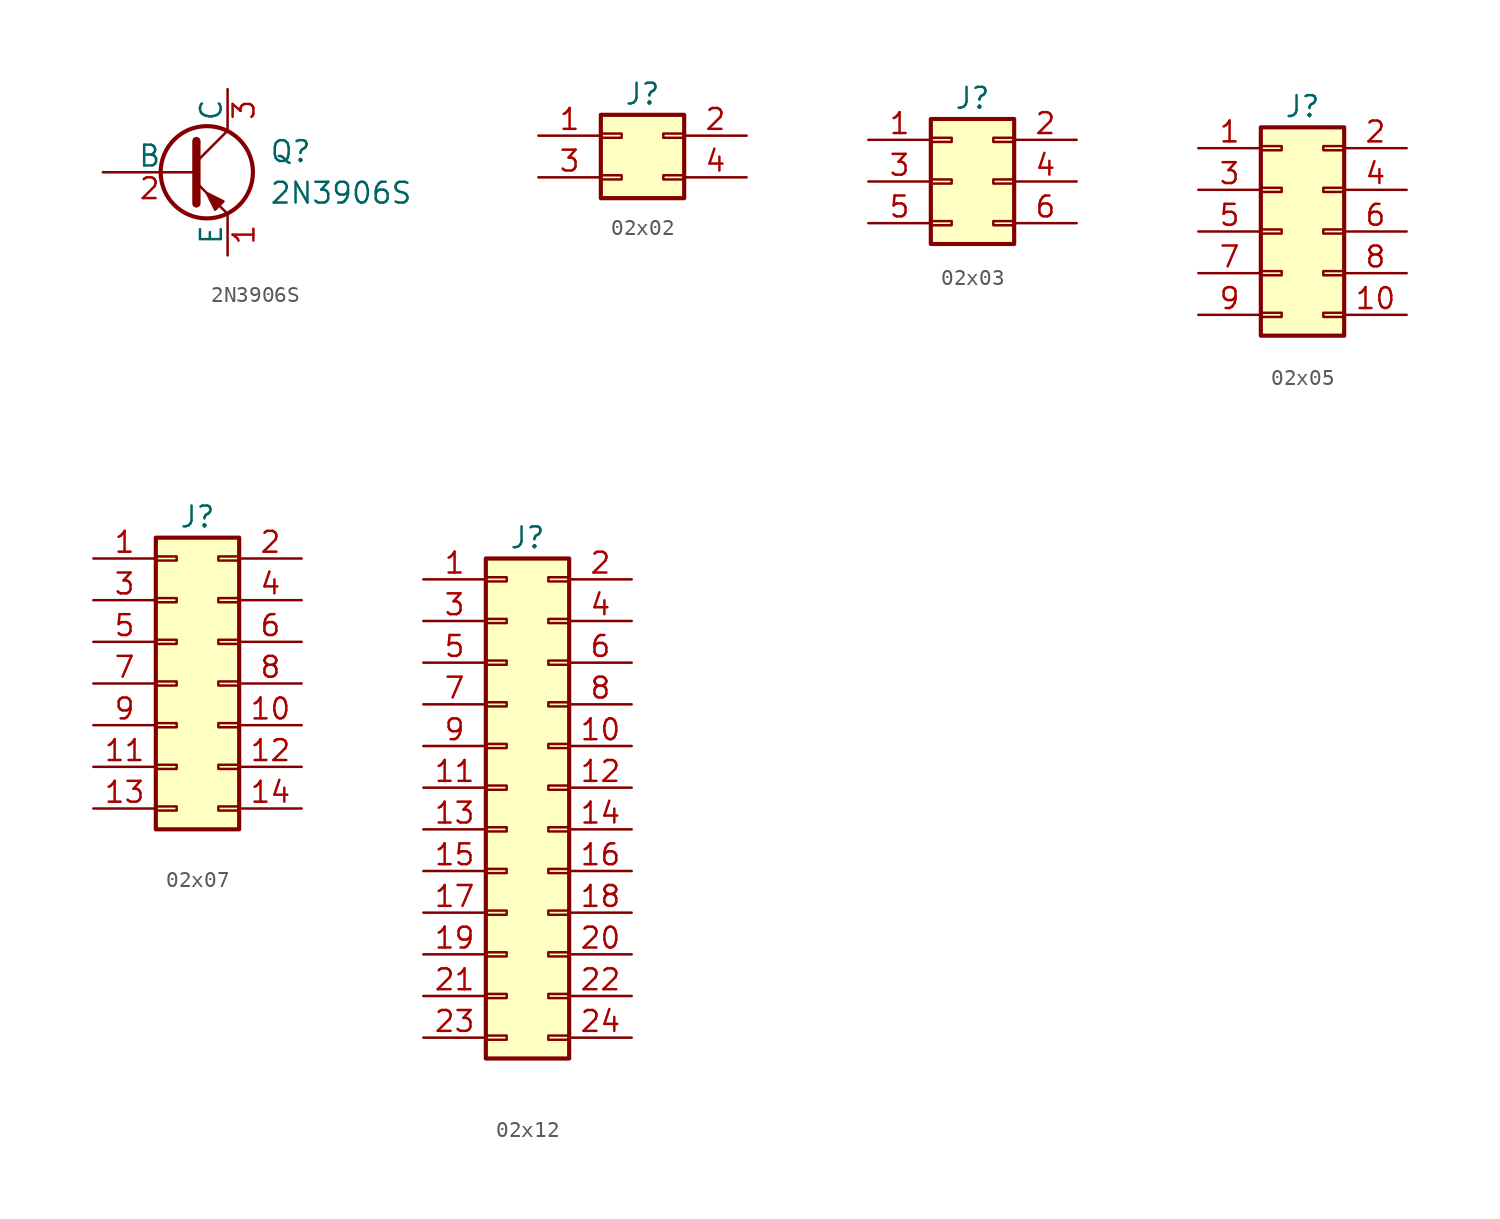
<source format=kicad_sym>
(kicad_symbol_lib
  (version 20220914)
  (generator kicad_symbol_editor)
  (symbol "2N3906S"
    (pin_names
      (offset 0))
    (property "Reference" "Q"
      (at 5.08 1.27 0)
      (effects (font (size 1.27 1.27)) (justify left)))
    (property "Value" "2N3906S"
      (at 5.08 -1.27 0)
      (effects (font (size 1.27 1.27)) (justify left)))
    (symbol "2N3906S_0_1"
      (polyline (pts (xy 0.635 0.635) (xy 2.54 2.54)) (stroke (width 0) (type default)) (fill (type none)))
      (polyline (pts (xy 0.635 -0.635) (xy 2.54 -2.54) (xy 2.54 -2.54)) (stroke (width 0) (type default)) (fill (type none)))
      (polyline (pts (xy 0.635 1.905) (xy 0.635 -1.905) (xy 0.635 -1.905)) (stroke (width 0.508) (type default)) (fill (type none)))
      (polyline (pts (xy 2.286 -1.778) (xy 1.778 -2.286) (xy 1.27 -1.27) (xy 2.286 -1.778) (xy 2.286 -1.778)) (stroke (width 0) (type default)) (fill (type outline)))
      (circle (center 1.27 0) (radius 2.819) (stroke (width 0.254) (type default)) (fill (type none))))
    (symbol "2N3906S_1_1"
      (pin passive line (at 2.54 -5.08 90) (length 2.54) (name "E" (effects (font (size 1.27 1.27)))) (number "1" (effects (font (size 1.27 1.27)))))
      (pin input line (at -5.08 0 0) (length 5.715) (name "B" (effects (font (size 1.27 1.27)))) (number "2" (effects (font (size 1.27 1.27)))))
      (pin passive line (at 2.54 5.08 270) (length 2.54) (name "C" (effects (font (size 1.27 1.27)))) (number "3" (effects (font (size 1.27 1.27)))))))
  (symbol "02x02"
    (pin_names
      (offset 1.016) hide)
    (property "Reference" "J"
      (at 1.27 2.54 0)
      (effects (font (size 1.27 1.27))))
    (symbol "02x02_1_1"
      (rectangle (start -1.27 -2.413) (end 0 -2.667) (stroke (width 0.152) (type default)) (fill (type none)))
      (rectangle (start -1.27 0.127) (end 0 -0.127) (stroke (width 0.152) (type default)) (fill (type none)))
      (rectangle (start -1.27 1.27) (end 3.81 -3.81) (stroke (width 0.254) (type default)) (fill (type background)))
      (rectangle (start 3.81 -2.413) (end 2.54 -2.667) (stroke (width 0.152) (type default)) (fill (type none)))
      (rectangle (start 3.81 0.127) (end 2.54 -0.127) (stroke (width 0.152) (type default)) (fill (type none)))
      (pin passive line (at -5.08 0 0) (length 3.81) (name "Pin_1" (effects (font (size 1.27 1.27)))) (number "1" (effects (font (size 1.27 1.27)))))
      (pin passive line (at 7.62 0 180) (length 3.81) (name "Pin_2" (effects (font (size 1.27 1.27)))) (number "2" (effects (font (size 1.27 1.27)))))
      (pin passive line (at -5.08 -2.54 0) (length 3.81) (name "Pin_3" (effects (font (size 1.27 1.27)))) (number "3" (effects (font (size 1.27 1.27)))))
      (pin passive line (at 7.62 -2.54 180) (length 3.81) (name "Pin_4" (effects (font (size 1.27 1.27)))) (number "4" (effects (font (size 1.27 1.27)))))))
  (symbol "02x03"
    (pin_names
      (offset 1.016) hide)
    (property "Reference" "J"
      (at 1.27 5.08 0)
      (effects (font (size 1.27 1.27))))
    (symbol "02x03_1_1"
      (rectangle (start -1.27 -2.413) (end 0 -2.667) (stroke (width 0.152) (type default)) (fill (type none)))
      (rectangle (start -1.27 0.127) (end 0 -0.127) (stroke (width 0.152) (type default)) (fill (type none)))
      (rectangle (start -1.27 2.667) (end 0 2.413) (stroke (width 0.152) (type default)) (fill (type none)))
      (rectangle (start -1.27 3.81) (end 3.81 -3.81) (stroke (width 0.254) (type default)) (fill (type background)))
      (rectangle (start 3.81 -2.413) (end 2.54 -2.667) (stroke (width 0.152) (type default)) (fill (type none)))
      (rectangle (start 3.81 0.127) (end 2.54 -0.127) (stroke (width 0.152) (type default)) (fill (type none)))
      (rectangle (start 3.81 2.667) (end 2.54 2.413) (stroke (width 0.152) (type default)) (fill (type none)))
      (pin passive line (at -5.08 2.54 0) (length 3.81) (name "Pin_1" (effects (font (size 1.27 1.27)))) (number "1" (effects (font (size 1.27 1.27)))))
      (pin passive line (at 7.62 2.54 180) (length 3.81) (name "Pin_2" (effects (font (size 1.27 1.27)))) (number "2" (effects (font (size 1.27 1.27)))))
      (pin passive line (at -5.08 0 0) (length 3.81) (name "Pin_3" (effects (font (size 1.27 1.27)))) (number "3" (effects (font (size 1.27 1.27)))))
      (pin passive line (at 7.62 0 180) (length 3.81) (name "Pin_4" (effects (font (size 1.27 1.27)))) (number "4" (effects (font (size 1.27 1.27)))))
      (pin passive line (at -5.08 -2.54 0) (length 3.81) (name "Pin_5" (effects (font (size 1.27 1.27)))) (number "5" (effects (font (size 1.27 1.27)))))
      (pin passive line (at 7.62 -2.54 180) (length 3.81) (name "Pin_6" (effects (font (size 1.27 1.27)))) (number "6" (effects (font (size 1.27 1.27)))))))
  (symbol "02x05"
    (pin_names
      (offset 1.016) hide)
    (property "Reference" "J"
      (at 1.27 7.62 0)
      (effects (font (size 1.27 1.27))))
    (symbol "02x05_1_1"
      (rectangle (start -1.27 -4.953) (end 0 -5.207) (stroke (width 0.152) (type default)) (fill (type none)))
      (rectangle (start -1.27 -2.413) (end 0 -2.667) (stroke (width 0.152) (type default)) (fill (type none)))
      (rectangle (start -1.27 0.127) (end 0 -0.127) (stroke (width 0.152) (type default)) (fill (type none)))
      (rectangle (start -1.27 2.667) (end 0 2.413) (stroke (width 0.152) (type default)) (fill (type none)))
      (rectangle (start -1.27 5.207) (end 0 4.953) (stroke (width 0.152) (type default)) (fill (type none)))
      (rectangle (start -1.27 6.35) (end 3.81 -6.35) (stroke (width 0.254) (type default)) (fill (type background)))
      (rectangle (start 3.81 -4.953) (end 2.54 -5.207) (stroke (width 0.152) (type default)) (fill (type none)))
      (rectangle (start 3.81 -2.413) (end 2.54 -2.667) (stroke (width 0.152) (type default)) (fill (type none)))
      (rectangle (start 3.81 0.127) (end 2.54 -0.127) (stroke (width 0.152) (type default)) (fill (type none)))
      (rectangle (start 3.81 2.667) (end 2.54 2.413) (stroke (width 0.152) (type default)) (fill (type none)))
      (rectangle (start 3.81 5.207) (end 2.54 4.953) (stroke (width 0.152) (type default)) (fill (type none)))
      (pin passive line (at -5.08 5.08 0) (length 3.81) (name "Pin_1" (effects (font (size 1.27 1.27)))) (number "1" (effects (font (size 1.27 1.27)))))
      (pin passive line (at 7.62 -5.08 180) (length 3.81) (name "Pin_10" (effects (font (size 1.27 1.27)))) (number "10" (effects (font (size 1.27 1.27)))))
      (pin passive line (at 7.62 5.08 180) (length 3.81) (name "Pin_2" (effects (font (size 1.27 1.27)))) (number "2" (effects (font (size 1.27 1.27)))))
      (pin passive line (at -5.08 2.54 0) (length 3.81) (name "Pin_3" (effects (font (size 1.27 1.27)))) (number "3" (effects (font (size 1.27 1.27)))))
      (pin passive line (at 7.62 2.54 180) (length 3.81) (name "Pin_4" (effects (font (size 1.27 1.27)))) (number "4" (effects (font (size 1.27 1.27)))))
      (pin passive line (at -5.08 0 0) (length 3.81) (name "Pin_5" (effects (font (size 1.27 1.27)))) (number "5" (effects (font (size 1.27 1.27)))))
      (pin passive line (at 7.62 0 180) (length 3.81) (name "Pin_6" (effects (font (size 1.27 1.27)))) (number "6" (effects (font (size 1.27 1.27)))))
      (pin passive line (at -5.08 -2.54 0) (length 3.81) (name "Pin_7" (effects (font (size 1.27 1.27)))) (number "7" (effects (font (size 1.27 1.27)))))
      (pin passive line (at 7.62 -2.54 180) (length 3.81) (name "Pin_8" (effects (font (size 1.27 1.27)))) (number "8" (effects (font (size 1.27 1.27)))))
      (pin passive line (at -5.08 -5.08 0) (length 3.81) (name "Pin_9" (effects (font (size 1.27 1.27)))) (number "9" (effects (font (size 1.27 1.27)))))))
  (symbol "02x07"
    (pin_names
      (offset 1.016) hide)
    (property "Reference" "J"
      (at 1.27 10.16 0)
      (effects (font (size 1.27 1.27))))
    (symbol "02x07_1_1"
      (rectangle (start -1.27 -7.493) (end 0 -7.747) (stroke (width 0.152) (type default)) (fill (type none)))
      (rectangle (start -1.27 -4.953) (end 0 -5.207) (stroke (width 0.152) (type default)) (fill (type none)))
      (rectangle (start -1.27 -2.413) (end 0 -2.667) (stroke (width 0.152) (type default)) (fill (type none)))
      (rectangle (start -1.27 0.127) (end 0 -0.127) (stroke (width 0.152) (type default)) (fill (type none)))
      (rectangle (start -1.27 2.667) (end 0 2.413) (stroke (width 0.152) (type default)) (fill (type none)))
      (rectangle (start -1.27 5.207) (end 0 4.953) (stroke (width 0.152) (type default)) (fill (type none)))
      (rectangle (start -1.27 7.747) (end 0 7.493) (stroke (width 0.152) (type default)) (fill (type none)))
      (rectangle (start -1.27 8.89) (end 3.81 -8.89) (stroke (width 0.254) (type default)) (fill (type background)))
      (rectangle (start 3.81 -7.493) (end 2.54 -7.747) (stroke (width 0.152) (type default)) (fill (type none)))
      (rectangle (start 3.81 -4.953) (end 2.54 -5.207) (stroke (width 0.152) (type default)) (fill (type none)))
      (rectangle (start 3.81 -2.413) (end 2.54 -2.667) (stroke (width 0.152) (type default)) (fill (type none)))
      (rectangle (start 3.81 0.127) (end 2.54 -0.127) (stroke (width 0.152) (type default)) (fill (type none)))
      (rectangle (start 3.81 2.667) (end 2.54 2.413) (stroke (width 0.152) (type default)) (fill (type none)))
      (rectangle (start 3.81 5.207) (end 2.54 4.953) (stroke (width 0.152) (type default)) (fill (type none)))
      (rectangle (start 3.81 7.747) (end 2.54 7.493) (stroke (width 0.152) (type default)) (fill (type none)))
      (pin passive line (at -5.08 7.62 0) (length 3.81) (name "Pin_1" (effects (font (size 1.27 1.27)))) (number "1" (effects (font (size 1.27 1.27)))))
      (pin passive line (at 7.62 -2.54 180) (length 3.81) (name "Pin_10" (effects (font (size 1.27 1.27)))) (number "10" (effects (font (size 1.27 1.27)))))
      (pin passive line (at -5.08 -5.08 0) (length 3.81) (name "Pin_11" (effects (font (size 1.27 1.27)))) (number "11" (effects (font (size 1.27 1.27)))))
      (pin passive line (at 7.62 -5.08 180) (length 3.81) (name "Pin_12" (effects (font (size 1.27 1.27)))) (number "12" (effects (font (size 1.27 1.27)))))
      (pin passive line (at -5.08 -7.62 0) (length 3.81) (name "Pin_13" (effects (font (size 1.27 1.27)))) (number "13" (effects (font (size 1.27 1.27)))))
      (pin passive line (at 7.62 -7.62 180) (length 3.81) (name "Pin_14" (effects (font (size 1.27 1.27)))) (number "14" (effects (font (size 1.27 1.27)))))
      (pin passive line (at 7.62 7.62 180) (length 3.81) (name "Pin_2" (effects (font (size 1.27 1.27)))) (number "2" (effects (font (size 1.27 1.27)))))
      (pin passive line (at -5.08 5.08 0) (length 3.81) (name "Pin_3" (effects (font (size 1.27 1.27)))) (number "3" (effects (font (size 1.27 1.27)))))
      (pin passive line (at 7.62 5.08 180) (length 3.81) (name "Pin_4" (effects (font (size 1.27 1.27)))) (number "4" (effects (font (size 1.27 1.27)))))
      (pin passive line (at -5.08 2.54 0) (length 3.81) (name "Pin_5" (effects (font (size 1.27 1.27)))) (number "5" (effects (font (size 1.27 1.27)))))
      (pin passive line (at 7.62 2.54 180) (length 3.81) (name "Pin_6" (effects (font (size 1.27 1.27)))) (number "6" (effects (font (size 1.27 1.27)))))
      (pin passive line (at -5.08 0 0) (length 3.81) (name "Pin_7" (effects (font (size 1.27 1.27)))) (number "7" (effects (font (size 1.27 1.27)))))
      (pin passive line (at 7.62 0 180) (length 3.81) (name "Pin_8" (effects (font (size 1.27 1.27)))) (number "8" (effects (font (size 1.27 1.27)))))
      (pin passive line (at -5.08 -2.54 0) (length 3.81) (name "Pin_9" (effects (font (size 1.27 1.27)))) (number "9" (effects (font (size 1.27 1.27)))))))
  (symbol "02x12"
    (pin_names
      (offset 1.016) hide)
    (property "Reference" "J"
      (at 1.27 15.24 0)
      (effects (font (size 1.27 1.27))))
    (symbol "02x12_1_1"
      (rectangle (start -1.27 -15.113) (end 0 -15.367) (stroke (width 0.152) (type default)) (fill (type none)))
      (rectangle (start -1.27 -12.573) (end 0 -12.827) (stroke (width 0.152) (type default)) (fill (type none)))
      (rectangle (start -1.27 -10.033) (end 0 -10.287) (stroke (width 0.152) (type default)) (fill (type none)))
      (rectangle (start -1.27 -7.493) (end 0 -7.747) (stroke (width 0.152) (type default)) (fill (type none)))
      (rectangle (start -1.27 -4.953) (end 0 -5.207) (stroke (width 0.152) (type default)) (fill (type none)))
      (rectangle (start -1.27 -2.413) (end 0 -2.667) (stroke (width 0.152) (type default)) (fill (type none)))
      (rectangle (start -1.27 0.127) (end 0 -0.127) (stroke (width 0.152) (type default)) (fill (type none)))
      (rectangle (start -1.27 2.667) (end 0 2.413) (stroke (width 0.152) (type default)) (fill (type none)))
      (rectangle (start -1.27 5.207) (end 0 4.953) (stroke (width 0.152) (type default)) (fill (type none)))
      (rectangle (start -1.27 7.747) (end 0 7.493) (stroke (width 0.152) (type default)) (fill (type none)))
      (rectangle (start -1.27 10.287) (end 0 10.033) (stroke (width 0.152) (type default)) (fill (type none)))
      (rectangle (start -1.27 12.827) (end 0 12.573) (stroke (width 0.152) (type default)) (fill (type none)))
      (rectangle (start -1.27 13.97) (end 3.81 -16.51) (stroke (width 0.254) (type default)) (fill (type background)))
      (rectangle (start 3.81 -15.113) (end 2.54 -15.367) (stroke (width 0.152) (type default)) (fill (type none)))
      (rectangle (start 3.81 -12.573) (end 2.54 -12.827) (stroke (width 0.152) (type default)) (fill (type none)))
      (rectangle (start 3.81 -10.033) (end 2.54 -10.287) (stroke (width 0.152) (type default)) (fill (type none)))
      (rectangle (start 3.81 -7.493) (end 2.54 -7.747) (stroke (width 0.152) (type default)) (fill (type none)))
      (rectangle (start 3.81 -4.953) (end 2.54 -5.207) (stroke (width 0.152) (type default)) (fill (type none)))
      (rectangle (start 3.81 -2.413) (end 2.54 -2.667) (stroke (width 0.152) (type default)) (fill (type none)))
      (rectangle (start 3.81 0.127) (end 2.54 -0.127) (stroke (width 0.152) (type default)) (fill (type none)))
      (rectangle (start 3.81 2.667) (end 2.54 2.413) (stroke (width 0.152) (type default)) (fill (type none)))
      (rectangle (start 3.81 5.207) (end 2.54 4.953) (stroke (width 0.152) (type default)) (fill (type none)))
      (rectangle (start 3.81 7.747) (end 2.54 7.493) (stroke (width 0.152) (type default)) (fill (type none)))
      (rectangle (start 3.81 10.287) (end 2.54 10.033) (stroke (width 0.152) (type default)) (fill (type none)))
      (rectangle (start 3.81 12.827) (end 2.54 12.573) (stroke (width 0.152) (type default)) (fill (type none)))
      (pin passive line (at -5.08 12.7 0) (length 3.81) (name "Pin_1" (effects (font (size 1.27 1.27)))) (number "1" (effects (font (size 1.27 1.27)))))
      (pin passive line (at 7.62 2.54 180) (length 3.81) (name "Pin_10" (effects (font (size 1.27 1.27)))) (number "10" (effects (font (size 1.27 1.27)))))
      (pin passive line (at -5.08 0 0) (length 3.81) (name "Pin_11" (effects (font (size 1.27 1.27)))) (number "11" (effects (font (size 1.27 1.27)))))
      (pin passive line (at 7.62 0 180) (length 3.81) (name "Pin_12" (effects (font (size 1.27 1.27)))) (number "12" (effects (font (size 1.27 1.27)))))
      (pin passive line (at -5.08 -2.54 0) (length 3.81) (name "Pin_13" (effects (font (size 1.27 1.27)))) (number "13" (effects (font (size 1.27 1.27)))))
      (pin passive line (at 7.62 -2.54 180) (length 3.81) (name "Pin_14" (effects (font (size 1.27 1.27)))) (number "14" (effects (font (size 1.27 1.27)))))
      (pin passive line (at -5.08 -5.08 0) (length 3.81) (name "Pin_15" (effects (font (size 1.27 1.27)))) (number "15" (effects (font (size 1.27 1.27)))))
      (pin passive line (at 7.62 -5.08 180) (length 3.81) (name "Pin_16" (effects (font (size 1.27 1.27)))) (number "16" (effects (font (size 1.27 1.27)))))
      (pin passive line (at -5.08 -7.62 0) (length 3.81) (name "Pin_17" (effects (font (size 1.27 1.27)))) (number "17" (effects (font (size 1.27 1.27)))))
      (pin passive line (at 7.62 -7.62 180) (length 3.81) (name "Pin_18" (effects (font (size 1.27 1.27)))) (number "18" (effects (font (size 1.27 1.27)))))
      (pin passive line (at -5.08 -10.16 0) (length 3.81) (name "Pin_19" (effects (font (size 1.27 1.27)))) (number "19" (effects (font (size 1.27 1.27)))))
      (pin passive line (at 7.62 12.7 180) (length 3.81) (name "Pin_2" (effects (font (size 1.27 1.27)))) (number "2" (effects (font (size 1.27 1.27)))))
      (pin passive line (at 7.62 -10.16 180) (length 3.81) (name "Pin_20" (effects (font (size 1.27 1.27)))) (number "20" (effects (font (size 1.27 1.27)))))
      (pin passive line (at -5.08 -12.7 0) (length 3.81) (name "Pin_21" (effects (font (size 1.27 1.27)))) (number "21" (effects (font (size 1.27 1.27)))))
      (pin passive line (at 7.62 -12.7 180) (length 3.81) (name "Pin_22" (effects (font (size 1.27 1.27)))) (number "22" (effects (font (size 1.27 1.27)))))
      (pin passive line (at -5.08 -15.24 0) (length 3.81) (name "Pin_23" (effects (font (size 1.27 1.27)))) (number "23" (effects (font (size 1.27 1.27)))))
      (pin passive line (at 7.62 -15.24 180) (length 3.81) (name "Pin_24" (effects (font (size 1.27 1.27)))) (number "24" (effects (font (size 1.27 1.27)))))
      (pin passive line (at -5.08 10.16 0) (length 3.81) (name "Pin_3" (effects (font (size 1.27 1.27)))) (number "3" (effects (font (size 1.27 1.27)))))
      (pin passive line (at 7.62 10.16 180) (length 3.81) (name "Pin_4" (effects (font (size 1.27 1.27)))) (number "4" (effects (font (size 1.27 1.27)))))
      (pin passive line (at -5.08 7.62 0) (length 3.81) (name "Pin_5" (effects (font (size 1.27 1.27)))) (number "5" (effects (font (size 1.27 1.27)))))
      (pin passive line (at 7.62 7.62 180) (length 3.81) (name "Pin_6" (effects (font (size 1.27 1.27)))) (number "6" (effects (font (size 1.27 1.27)))))
      (pin passive line (at -5.08 5.08 0) (length 3.81) (name "Pin_7" (effects (font (size 1.27 1.27)))) (number "7" (effects (font (size 1.27 1.27)))))
      (pin passive line (at 7.62 5.08 180) (length 3.81) (name "Pin_8" (effects (font (size 1.27 1.27)))) (number "8" (effects (font (size 1.27 1.27)))))
      (pin passive line (at -5.08 2.54 0) (length 3.81) (name "Pin_9" (effects (font (size 1.27 1.27)))) (number "9" (effects (font (size 1.27 1.27))))))))
</source>
